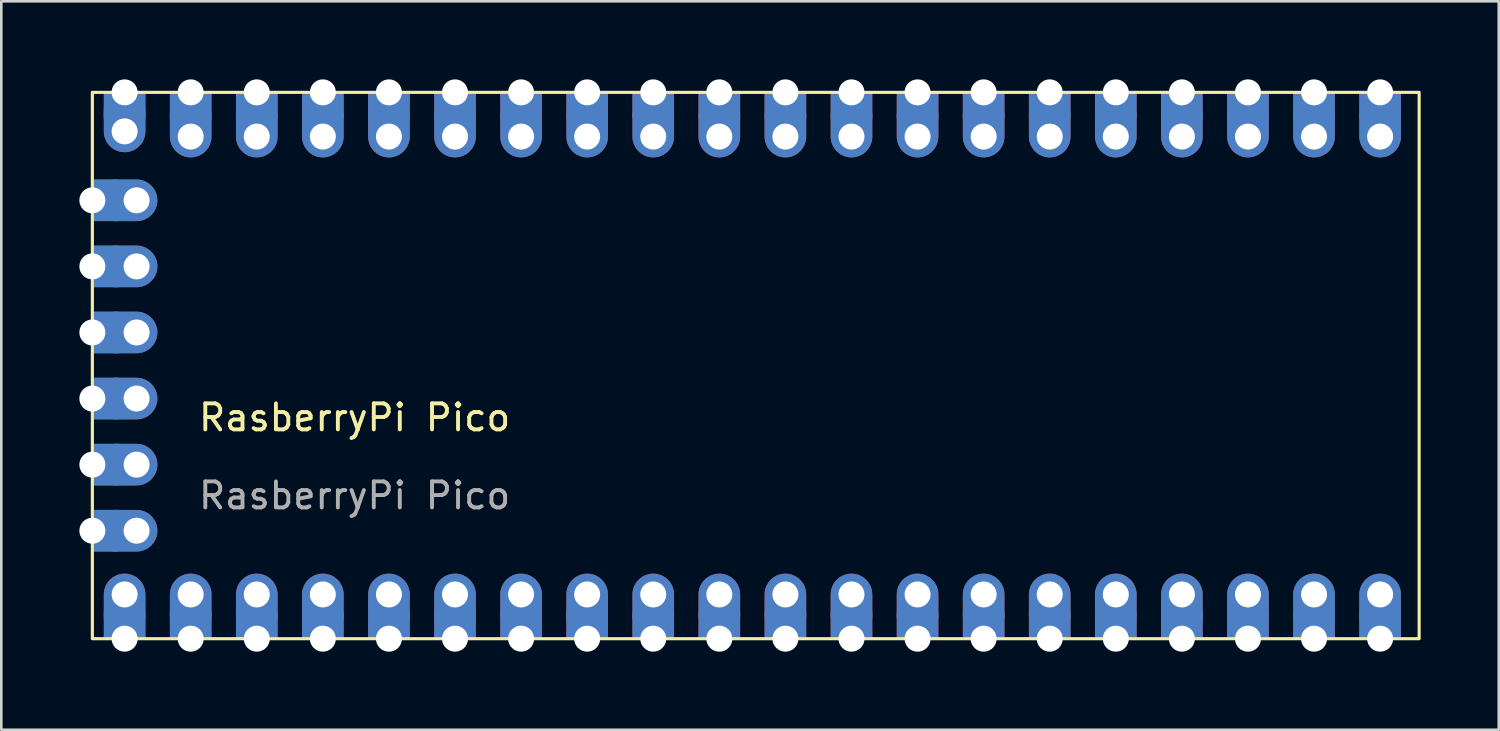
<source format=kicad_pcb>
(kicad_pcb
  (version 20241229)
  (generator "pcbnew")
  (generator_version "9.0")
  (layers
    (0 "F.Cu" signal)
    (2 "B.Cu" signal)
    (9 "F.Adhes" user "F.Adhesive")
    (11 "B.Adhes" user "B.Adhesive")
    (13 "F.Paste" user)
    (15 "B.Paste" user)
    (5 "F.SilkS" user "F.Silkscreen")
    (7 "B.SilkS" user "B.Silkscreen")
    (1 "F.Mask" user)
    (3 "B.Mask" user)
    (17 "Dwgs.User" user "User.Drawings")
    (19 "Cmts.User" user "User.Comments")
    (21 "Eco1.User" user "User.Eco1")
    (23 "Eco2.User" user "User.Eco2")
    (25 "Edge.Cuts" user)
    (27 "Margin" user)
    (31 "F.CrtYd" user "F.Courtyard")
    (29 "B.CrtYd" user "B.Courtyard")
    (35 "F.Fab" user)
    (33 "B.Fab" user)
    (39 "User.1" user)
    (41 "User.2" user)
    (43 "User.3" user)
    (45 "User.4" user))
  (footprint "RasberryPi Pico"
    (layer "F.Cu")
    (at 0.5 0.5)
    (property "Reference" "RasberryPi Pico" (at 10.08 12.5 0) (unlocked yes) (layer "F.SilkS") (effects (font (size 1 1) (thickness 0.15))))
    (attr smd)
    (fp_rect (start 0 0) (end 51 21) (stroke (width 0.12) (type solid)) (fill no) (layer "F.SilkS"))
    (fp_text user "${REFERENCE}" (at 10.08 15.5 0) (unlocked yes) (layer "F.Fab") (effects (font (size 1 1) (thickness 0.15))))
    (pad "1" thru_hole rect (at 49.5 0) (size 1.6 1) (drill 1 (offset 0 0.5)) (layers "*.Cu" "*.Mask"))
    (pad "1" thru_hole oval (at 49.5 1.7) (size 1.6 2.4) (drill 1 (offset 0 -0.4)) (layers "*.Cu" "*.Mask"))
    (pad "2" thru_hole rect (at 46.96 0) (size 1.6 1) (drill 1 (offset 0 0.5)) (layers "*.Cu" "*.Mask"))
    (pad "2" thru_hole oval (at 46.96 1.7) (size 1.6 2.4) (drill 1 (offset 0 -0.4)) (layers "*.Cu" "*.Mask"))
    (pad "3" thru_hole rect (at 44.42 0) (size 1.6 1) (drill 1 (offset 0 0.5)) (layers "*.Cu" "*.Mask"))
    (pad "3" thru_hole oval (at 44.42 1.7) (size 1.6 2.4) (drill 1 (offset 0 -0.4)) (layers "*.Cu" "*.Mask"))
    (pad "4" thru_hole rect (at 41.88 0) (size 1.6 1) (drill 1 (offset 0 0.5)) (layers "*.Cu" "*.Mask"))
    (pad "4" thru_hole oval (at 41.88 1.7) (size 1.6 2.4) (drill 1 (offset 0 -0.4)) (layers "*.Cu" "*.Mask"))
    (pad "5" thru_hole rect (at 39.34 0) (size 1.6 1) (drill 1 (offset 0 0.5)) (layers "*.Cu" "*.Mask"))
    (pad "5" thru_hole oval (at 39.34 1.7) (size 1.6 2.4) (drill 1 (offset 0 -0.4)) (layers "*.Cu" "*.Mask"))
    (pad "6" thru_hole rect (at 36.8 0) (size 1.6 1) (drill 1 (offset 0 0.5)) (layers "*.Cu" "*.Mask"))
    (pad "6" thru_hole oval (at 36.8 1.7) (size 1.6 2.4) (drill 1 (offset 0 -0.4)) (layers "*.Cu" "*.Mask"))
    (pad "7" thru_hole rect (at 34.26 0) (size 1.6 1) (drill 1 (offset 0 0.5)) (layers "*.Cu" "*.Mask"))
    (pad "7" thru_hole oval (at 34.26 1.7) (size 1.6 2.4) (drill 1 (offset 0 -0.4)) (layers "*.Cu" "*.Mask"))
    (pad "8" thru_hole rect (at 31.72 0) (size 1.6 1) (drill 1 (offset 0 0.5)) (layers "*.Cu" "*.Mask"))
    (pad "8" thru_hole oval (at 31.72 1.7) (size 1.6 2.4) (drill 1 (offset 0 -0.4)) (layers "*.Cu" "*.Mask"))
    (pad "9" thru_hole rect (at 29.18 0) (size 1.6 1) (drill 1 (offset 0 0.5)) (layers "*.Cu" "*.Mask"))
    (pad "9" thru_hole oval (at 29.18 1.7) (size 1.6 2.4) (drill 1 (offset 0 -0.4)) (layers "*.Cu" "*.Mask"))
    (pad "10" thru_hole rect (at 26.64 0) (size 1.6 1) (drill 1 (offset 0 0.5)) (layers "*.Cu" "*.Mask"))
    (pad "10" thru_hole oval (at 26.64 1.7) (size 1.6 2.4) (drill 1 (offset 0 -0.4)) (layers "*.Cu" "*.Mask"))
    (pad "11" thru_hole rect (at 24.1 0) (size 1.6 1) (drill 1 (offset 0 0.5)) (layers "*.Cu" "*.Mask"))
    (pad "11" thru_hole oval (at 24.1 1.7) (size 1.6 2.4) (drill 1 (offset 0 -0.4)) (layers "*.Cu" "*.Mask"))
    (pad "12" thru_hole rect (at 21.56 0) (size 1.6 1) (drill 1 (offset 0 0.5)) (layers "*.Cu" "*.Mask"))
    (pad "12" thru_hole oval (at 21.56 1.7) (size 1.6 2.4) (drill 1 (offset 0 -0.4)) (layers "*.Cu" "*.Mask"))
    (pad "13" thru_hole rect (at 19.02 0) (size 1.6 1) (drill 1 (offset 0 0.5)) (layers "*.Cu" "*.Mask"))
    (pad "13" thru_hole oval (at 19.02 1.7) (size 1.6 2.4) (drill 1 (offset 0 -0.4)) (layers "*.Cu" "*.Mask"))
    (pad "14" thru_hole rect (at 16.48 0) (size 1.6 1) (drill 1 (offset 0 0.5)) (layers "*.Cu" "*.Mask"))
    (pad "14" thru_hole oval (at 16.48 1.7) (size 1.6 2.4) (drill 1 (offset 0 -0.4)) (layers "*.Cu" "*.Mask"))
    (pad "15" thru_hole rect (at 13.94 0) (size 1.6 1) (drill 1 (offset 0 0.5)) (layers "*.Cu" "*.Mask"))
    (pad "15" thru_hole oval (at 13.94 1.7) (size 1.6 2.4) (drill 1 (offset 0 -0.4)) (layers "*.Cu" "*.Mask"))
    (pad "16" thru_hole rect (at 11.4 0) (size 1.6 1) (drill 1 (offset 0 0.5)) (layers "*.Cu" "*.Mask"))
    (pad "16" thru_hole oval (at 11.4 1.7) (size 1.6 2.4) (drill 1 (offset 0 -0.4)) (layers "*.Cu" "*.Mask"))
    (pad "17" thru_hole rect (at 8.86 0) (size 1.6 1) (drill 1 (offset 0 0.5)) (layers "*.Cu" "*.Mask"))
    (pad "17" thru_hole oval (at 8.86 1.7) (size 1.6 2.4) (drill 1 (offset 0 -0.4)) (layers "*.Cu" "*.Mask"))
    (pad "18" thru_hole rect (at 6.32 0) (size 1.6 1) (drill 1 (offset 0 0.5)) (layers "*.Cu" "*.Mask"))
    (pad "18" thru_hole oval (at 6.32 1.7) (size 1.6 2.4) (drill 1 (offset 0 -0.4)) (layers "*.Cu" "*.Mask"))
    (pad "19" thru_hole rect (at 3.78 0) (size 1.6 1) (drill 1 (offset 0 0.5)) (layers "*.Cu" "*.Mask"))
    (pad "19" thru_hole oval (at 3.78 1.7) (size 1.6 2.4) (drill 1 (offset 0 -0.4)) (layers "*.Cu" "*.Mask"))
    (pad "20" thru_hole rect (at 1.24 0) (size 1.6 1) (drill 1 (offset 0 0.5)) (layers "*.Cu" "*.Mask"))
    (pad "20" thru_hole oval (at 1.24 1.5) (size 1.6 2.4) (drill 1 (offset 0 -0.4)) (layers "*.Cu" "*.Mask"))
    (pad "21" thru_hole rect (at 0 4.15 90) (size 1.6 1) (drill 1 (offset 0 0.5)) (layers "*.Cu" "*.Mask"))
    (pad "21" thru_hole oval (at 1.7 4.15 90) (size 1.6 2.4) (drill 1 (offset 0 -0.4)) (layers "*.Cu" "*.Mask"))
    (pad "22" thru_hole rect (at 0 6.69 90) (size 1.6 1) (drill 1 (offset 0 0.5)) (layers "*.Cu" "*.Mask"))
    (pad "22" thru_hole oval (at 1.7 6.69 90) (size 1.6 2.4) (drill 1 (offset 0 -0.4)) (layers "*.Cu" "*.Mask"))
    (pad "23" thru_hole rect (at 0 9.23 90) (size 1.6 1) (drill 1 (offset 0 0.5)) (layers "*.Cu" "*.Mask"))
    (pad "23" thru_hole oval (at 1.7 9.23 90) (size 1.6 2.4) (drill 1 (offset 0 -0.4)) (layers "*.Cu" "*.Mask"))
    (pad "24" thru_hole rect (at 0 11.77 90) (size 1.6 1) (drill 1 (offset 0 0.5)) (layers "*.Cu" "*.Mask"))
    (pad "24" thru_hole oval (at 1.7 11.77 90) (size 1.6 2.4) (drill 1 (offset 0 -0.4)) (layers "*.Cu" "*.Mask"))
    (pad "25" thru_hole rect (at 0 14.31 90) (size 1.6 1) (drill 1 (offset 0 0.5)) (layers "*.Cu" "*.Mask"))
    (pad "25" thru_hole oval (at 1.7 14.31 90) (size 1.6 2.4) (drill 1 (offset 0 -0.4)) (layers "*.Cu" "*.Mask"))
    (pad "26" thru_hole rect (at 0 16.85 90) (size 1.6 1) (drill 1 (offset 0 0.5)) (layers "*.Cu" "*.Mask"))
    (pad "26" thru_hole oval (at 1.7 16.85 90) (size 1.6 2.4) (drill 1 (offset 0 -0.4)) (layers "*.Cu" "*.Mask"))
    (pad "27" thru_hole oval (at 1.24 19.3 180) (size 1.6 2.4) (drill 1 (offset 0 -0.4)) (layers "*.Cu" "*.Mask"))
    (pad "27" thru_hole rect (at 1.24 21 180) (size 1.6 1) (drill 1 (offset 0 0.5)) (layers "*.Cu" "*.Mask"))
    (pad "28" thru_hole oval (at 3.78 19.3 180) (size 1.6 2.4) (drill 1 (offset 0 -0.4)) (layers "*.Cu" "*.Mask"))
    (pad "28" thru_hole rect (at 3.78 21 180) (size 1.6 1) (drill 1 (offset 0 0.5)) (layers "*.Cu" "*.Mask"))
    (pad "29" thru_hole oval (at 6.32 19.3 180) (size 1.6 2.4) (drill 1 (offset 0 -0.4)) (layers "*.Cu" "*.Mask"))
    (pad "29" thru_hole rect (at 6.32 21 180) (size 1.6 1) (drill 1 (offset 0 0.5)) (layers "*.Cu" "*.Mask"))
    (pad "30" thru_hole oval (at 8.86 19.3 180) (size 1.6 2.4) (drill 1 (offset 0 -0.4)) (layers "*.Cu" "*.Mask"))
    (pad "30" thru_hole rect (at 8.86 21 180) (size 1.6 1) (drill 1 (offset 0 0.5)) (layers "*.Cu" "*.Mask"))
    (pad "31" thru_hole oval (at 11.4 19.3 180) (size 1.6 2.4) (drill 1 (offset 0 -0.4)) (layers "*.Cu" "*.Mask"))
    (pad "31" thru_hole rect (at 11.4 21 180) (size 1.6 1) (drill 1 (offset 0 0.5)) (layers "*.Cu" "*.Mask"))
    (pad "32" thru_hole oval (at 13.94 19.3 180) (size 1.6 2.4) (drill 1 (offset 0 -0.4)) (layers "*.Cu" "*.Mask"))
    (pad "32" thru_hole rect (at 13.94 21 180) (size 1.6 1) (drill 1 (offset 0 0.5)) (layers "*.Cu" "*.Mask"))
    (pad "33" thru_hole oval (at 16.48 19.3 180) (size 1.6 2.4) (drill 1 (offset 0 -0.4)) (layers "*.Cu" "*.Mask"))
    (pad "33" thru_hole rect (at 16.48 21 180) (size 1.6 1) (drill 1 (offset 0 0.5)) (layers "*.Cu" "*.Mask"))
    (pad "34" thru_hole oval (at 19.02 19.3 180) (size 1.6 2.4) (drill 1 (offset 0 -0.4)) (layers "*.Cu" "*.Mask"))
    (pad "34" thru_hole rect (at 19.02 21 180) (size 1.6 1) (drill 1 (offset 0 0.5)) (layers "*.Cu" "*.Mask"))
    (pad "35" thru_hole oval (at 21.56 19.3 180) (size 1.6 2.4) (drill 1 (offset 0 -0.4)) (layers "*.Cu" "*.Mask"))
    (pad "35" thru_hole rect (at 21.56 21 180) (size 1.6 1) (drill 1 (offset 0 0.5)) (layers "*.Cu" "*.Mask"))
    (pad "36" thru_hole oval (at 24.1 19.3 180) (size 1.6 2.4) (drill 1 (offset 0 -0.4)) (layers "*.Cu" "*.Mask"))
    (pad "36" thru_hole rect (at 24.1 21 180) (size 1.6 1) (drill 1 (offset 0 0.5)) (layers "*.Cu" "*.Mask"))
    (pad "37" thru_hole oval (at 26.64 19.3 180) (size 1.6 2.4) (drill 1 (offset 0 -0.4)) (layers "*.Cu" "*.Mask"))
    (pad "37" thru_hole rect (at 26.64 21 180) (size 1.6 1) (drill 1 (offset 0 0.5)) (layers "*.Cu" "*.Mask"))
    (pad "38" thru_hole oval (at 29.18 19.3 180) (size 1.6 2.4) (drill 1 (offset 0 -0.4)) (layers "*.Cu" "*.Mask"))
    (pad "38" thru_hole rect (at 29.18 21 180) (size 1.6 1) (drill 1 (offset 0 0.5)) (layers "*.Cu" "*.Mask"))
    (pad "39" thru_hole oval (at 31.72 19.3 180) (size 1.6 2.4) (drill 1 (offset 0 -0.4)) (layers "*.Cu" "*.Mask"))
    (pad "39" thru_hole rect (at 31.72 21 180) (size 1.6 1) (drill 1 (offset 0 0.5)) (layers "*.Cu" "*.Mask"))
    (pad "40" thru_hole oval (at 34.26 19.3 180) (size 1.6 2.4) (drill 1 (offset 0 -0.4)) (layers "*.Cu" "*.Mask"))
    (pad "40" thru_hole rect (at 34.26 21 180) (size 1.6 1) (drill 1 (offset 0 0.5)) (layers "*.Cu" "*.Mask"))
    (pad "41" thru_hole oval (at 36.8 19.3 180) (size 1.6 2.4) (drill 1 (offset 0 -0.4)) (layers "*.Cu" "*.Mask"))
    (pad "41" thru_hole rect (at 36.8 21 180) (size 1.6 1) (drill 1 (offset 0 0.5)) (layers "*.Cu" "*.Mask"))
    (pad "42" thru_hole oval (at 39.34 19.3 180) (size 1.6 2.4) (drill 1 (offset 0 -0.4)) (layers "*.Cu" "*.Mask"))
    (pad "42" thru_hole rect (at 39.34 21 180) (size 1.6 1) (drill 1 (offset 0 0.5)) (layers "*.Cu" "*.Mask"))
    (pad "43" thru_hole oval (at 41.88 19.3 180) (size 1.6 2.4) (drill 1 (offset 0 -0.4)) (layers "*.Cu" "*.Mask"))
    (pad "43" thru_hole rect (at 41.88 21 180) (size 1.6 1) (drill 1 (offset 0 0.5)) (layers "*.Cu" "*.Mask"))
    (pad "44" thru_hole oval (at 44.42 19.3 180) (size 1.6 2.4) (drill 1 (offset 0 -0.4)) (layers "*.Cu" "*.Mask"))
    (pad "44" thru_hole rect (at 44.42 21 180) (size 1.6 1) (drill 1 (offset 0 0.5)) (layers "*.Cu" "*.Mask"))
    (pad "45" thru_hole oval (at 46.96 19.3 180) (size 1.6 2.4) (drill 1 (offset 0 -0.4)) (layers "*.Cu" "*.Mask"))
    (pad "45" thru_hole rect (at 46.96 21 180) (size 1.6 1) (drill 1 (offset 0 0.5)) (layers "*.Cu" "*.Mask"))
    (pad "46" thru_hole oval (at 49.5 19.3 180) (size 1.6 2.4) (drill 1 (offset 0 -0.4)) (layers "*.Cu" "*.Mask"))
    (pad "46" thru_hole rect (at 49.5 21 180) (size 1.6 1) (drill 1 (offset 0 0.5)) (layers "*.Cu" "*.Mask")))
  (gr_rect
    (start -3 -3)
    (end 54.56 25)
    (stroke (width 0.1) (type default))
    (fill no)
    (layer "Edge.Cuts")))
</source>
